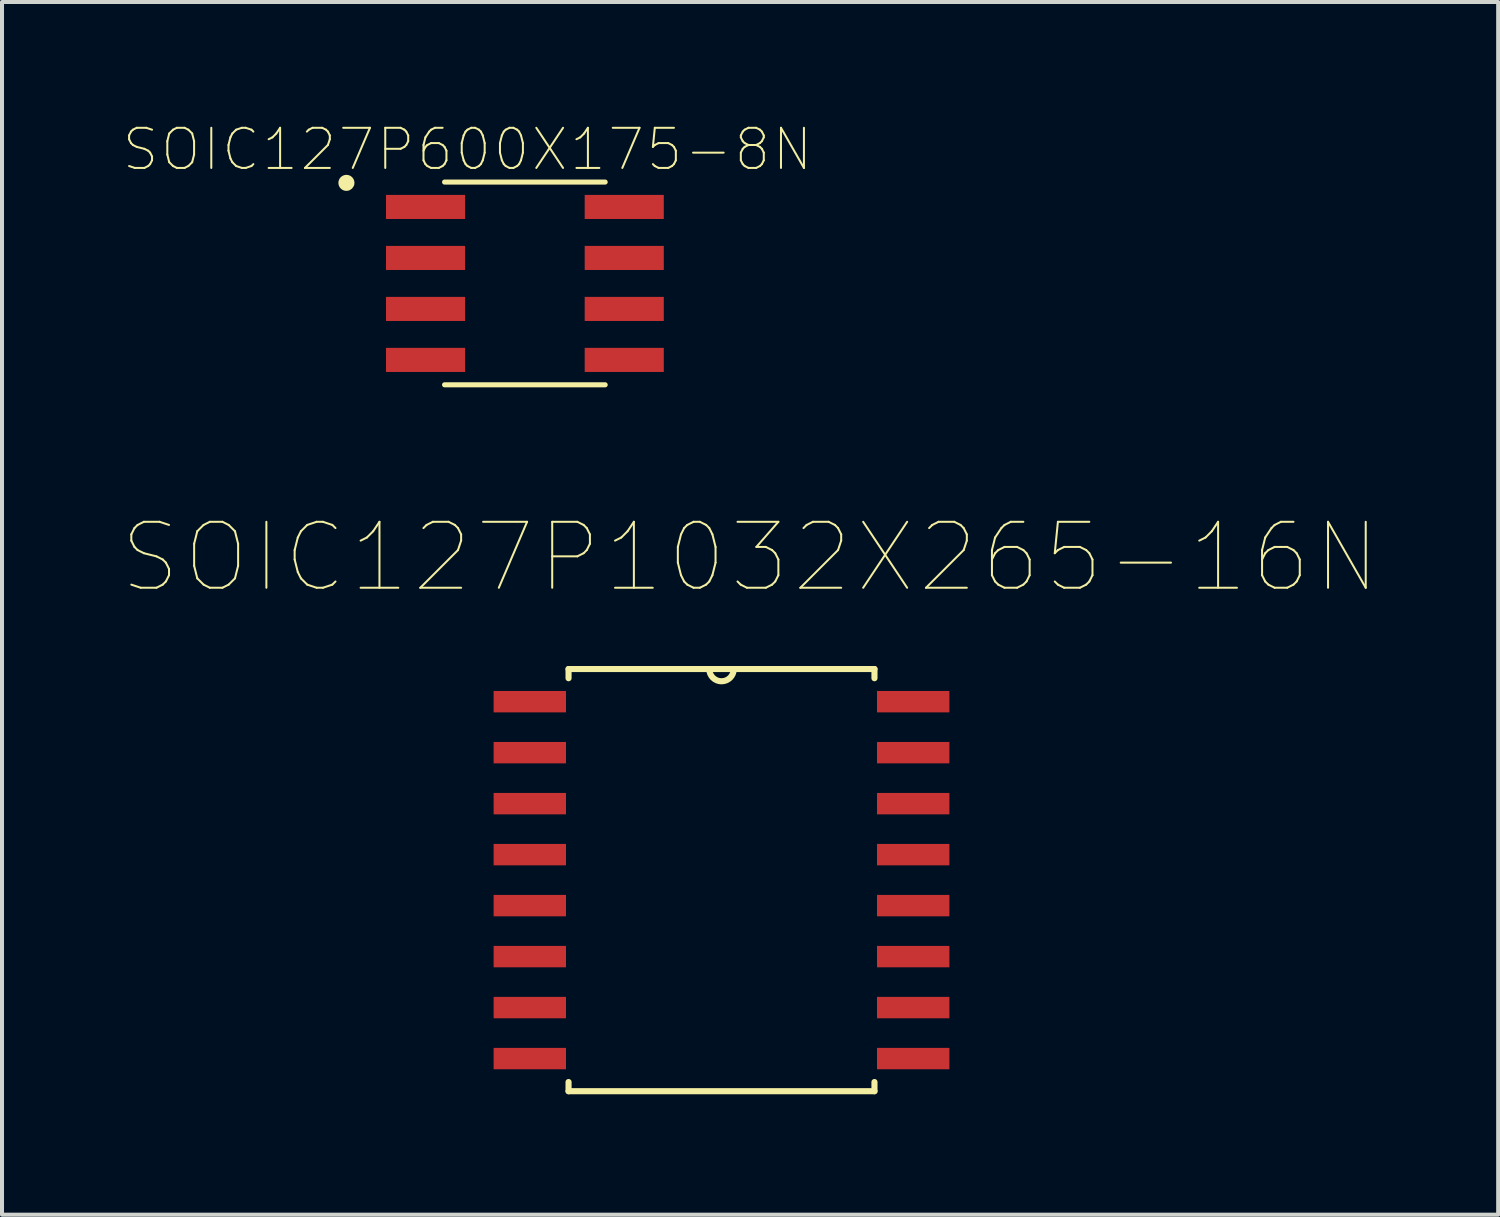
<source format=kicad_pcb>
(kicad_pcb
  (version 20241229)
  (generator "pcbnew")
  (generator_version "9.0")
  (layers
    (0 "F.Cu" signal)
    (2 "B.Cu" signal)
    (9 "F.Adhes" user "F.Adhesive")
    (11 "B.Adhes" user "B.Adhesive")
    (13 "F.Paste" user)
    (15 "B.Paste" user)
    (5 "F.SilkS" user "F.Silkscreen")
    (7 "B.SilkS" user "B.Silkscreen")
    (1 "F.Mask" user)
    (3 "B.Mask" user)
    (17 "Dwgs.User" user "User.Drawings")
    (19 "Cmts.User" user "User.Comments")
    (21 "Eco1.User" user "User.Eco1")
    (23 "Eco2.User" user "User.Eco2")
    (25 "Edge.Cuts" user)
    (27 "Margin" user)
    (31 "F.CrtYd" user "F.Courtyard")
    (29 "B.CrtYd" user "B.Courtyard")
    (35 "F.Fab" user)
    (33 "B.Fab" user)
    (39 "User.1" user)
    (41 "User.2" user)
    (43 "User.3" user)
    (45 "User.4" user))
  (footprint "SOIC127P1032X265-16N"
    (layer "F.Cu")
    (at 14.922 18.873)
    (property "Reference" "SOIC127P1032X265-16N" (at 0.712 -8.04 0) (layer "F.SilkS") (effects (font (size 1.643 1.643) (thickness 0.05))))
    (attr smd)
    (fp_line (start -3.81 -5.258) (end -3.81 -5.029) (stroke (width 0.152) (type solid)) (layer "F.SilkS"))
    (fp_line (start -3.81 5.029) (end -3.81 5.258) (stroke (width 0.152) (type solid)) (layer "F.SilkS"))
    (fp_line (start -3.81 5.258) (end 3.81 5.258) (stroke (width 0.152) (type solid)) (layer "F.SilkS"))
    (fp_line (start -0.305 -5.258) (end -3.81 -5.258) (stroke (width 0.152) (type solid)) (layer "F.SilkS"))
    (fp_line (start 0.305 -5.258) (end -0.305 -5.258) (stroke (width 0.152) (type solid)) (layer "F.SilkS"))
    (fp_line (start 3.81 -5.258) (end 0.305 -5.258) (stroke (width 0.152) (type solid)) (layer "F.SilkS"))
    (fp_line (start 3.81 -5.029) (end 3.81 -5.258) (stroke (width 0.152) (type solid)) (layer "F.SilkS"))
    (fp_line (start 3.81 5.258) (end 3.81 5.029) (stroke (width 0.152) (type solid)) (layer "F.SilkS"))
    (fp_arc (start 0.3048 -5.2578) (mid 0 -4.953) (end -0.3048 -5.2578) (stroke (width 0.1524) (type solid)) (layer "F.SilkS"))
    (fp_line (start -5.334 -4.699) (end -5.334 -4.191) (stroke (width 0.1) (type solid)) (layer "Eco2.User"))
    (fp_line (start -5.334 -4.191) (end -3.81 -4.191) (stroke (width 0.1) (type solid)) (layer "Eco2.User"))
    (fp_line (start -5.334 -3.429) (end -5.334 -2.921) (stroke (width 0.1) (type solid)) (layer "Eco2.User"))
    (fp_line (start -5.334 -2.921) (end -3.81 -2.921) (stroke (width 0.1) (type solid)) (layer "Eco2.User"))
    (fp_line (start -5.334 -2.159) (end -5.334 -1.651) (stroke (width 0.1) (type solid)) (layer "Eco2.User"))
    (fp_line (start -5.334 -1.651) (end -3.81 -1.651) (stroke (width 0.1) (type solid)) (layer "Eco2.User"))
    (fp_line (start -5.334 -0.889) (end -5.334 -0.381) (stroke (width 0.1) (type solid)) (layer "Eco2.User"))
    (fp_line (start -5.334 -0.381) (end -3.81 -0.381) (stroke (width 0.1) (type solid)) (layer "Eco2.User"))
    (fp_line (start -5.334 0.381) (end -5.334 0.889) (stroke (width 0.1) (type solid)) (layer "Eco2.User"))
    (fp_line (start -5.334 0.889) (end -3.81 0.889) (stroke (width 0.1) (type solid)) (layer "Eco2.User"))
    (fp_line (start -5.334 1.651) (end -5.334 2.159) (stroke (width 0.1) (type solid)) (layer "Eco2.User"))
    (fp_line (start -5.334 2.159) (end -3.81 2.159) (stroke (width 0.1) (type solid)) (layer "Eco2.User"))
    (fp_line (start -5.334 2.921) (end -5.334 3.429) (stroke (width 0.1) (type solid)) (layer "Eco2.User"))
    (fp_line (start -5.334 3.429) (end -3.81 3.429) (stroke (width 0.1) (type solid)) (layer "Eco2.User"))
    (fp_line (start -5.334 4.191) (end -5.334 4.699) (stroke (width 0.1) (type solid)) (layer "Eco2.User"))
    (fp_line (start -5.334 4.699) (end -3.81 4.699) (stroke (width 0.1) (type solid)) (layer "Eco2.User"))
    (fp_line (start -3.81 -5.258) (end -3.81 5.258) (stroke (width 0.1) (type solid)) (layer "Eco2.User"))
    (fp_line (start -3.81 -4.699) (end -5.334 -4.699) (stroke (width 0.1) (type solid)) (layer "Eco2.User"))
    (fp_line (start -3.81 -4.191) (end -3.81 -4.699) (stroke (width 0.1) (type solid)) (layer "Eco2.User"))
    (fp_line (start -3.81 -3.429) (end -5.334 -3.429) (stroke (width 0.1) (type solid)) (layer "Eco2.User"))
    (fp_line (start -3.81 -2.921) (end -3.81 -3.429) (stroke (width 0.1) (type solid)) (layer "Eco2.User"))
    (fp_line (start -3.81 -2.159) (end -5.334 -2.159) (stroke (width 0.1) (type solid)) (layer "Eco2.User"))
    (fp_line (start -3.81 -1.651) (end -3.81 -2.159) (stroke (width 0.1) (type solid)) (layer "Eco2.User"))
    (fp_line (start -3.81 -0.889) (end -5.334 -0.889) (stroke (width 0.1) (type solid)) (layer "Eco2.User"))
    (fp_line (start -3.81 -0.381) (end -3.81 -0.889) (stroke (width 0.1) (type solid)) (layer "Eco2.User"))
    (fp_line (start -3.81 0.381) (end -5.334 0.381) (stroke (width 0.1) (type solid)) (layer "Eco2.User"))
    (fp_line (start -3.81 0.889) (end -3.81 0.381) (stroke (width 0.1) (type solid)) (layer "Eco2.User"))
    (fp_line (start -3.81 1.651) (end -5.334 1.651) (stroke (width 0.1) (type solid)) (layer "Eco2.User"))
    (fp_line (start -3.81 2.159) (end -3.81 1.651) (stroke (width 0.1) (type solid)) (layer "Eco2.User"))
    (fp_line (start -3.81 2.921) (end -5.334 2.921) (stroke (width 0.1) (type solid)) (layer "Eco2.User"))
    (fp_line (start -3.81 3.429) (end -3.81 2.921) (stroke (width 0.1) (type solid)) (layer "Eco2.User"))
    (fp_line (start -3.81 4.191) (end -5.334 4.191) (stroke (width 0.1) (type solid)) (layer "Eco2.User"))
    (fp_line (start -3.81 4.699) (end -3.81 4.191) (stroke (width 0.1) (type solid)) (layer "Eco2.User"))
    (fp_line (start -3.81 5.258) (end 3.81 5.258) (stroke (width 0.1) (type solid)) (layer "Eco2.User"))
    (fp_line (start -0.305 -5.258) (end -3.81 -5.258) (stroke (width 0.1) (type solid)) (layer "Eco2.User"))
    (fp_line (start 0.305 -5.258) (end -0.305 -5.258) (stroke (width 0.1) (type solid)) (layer "Eco2.User"))
    (fp_line (start 3.81 -5.258) (end 0.305 -5.258) (stroke (width 0.1) (type solid)) (layer "Eco2.User"))
    (fp_line (start 3.81 -4.699) (end 3.81 -4.191) (stroke (width 0.1) (type solid)) (layer "Eco2.User"))
    (fp_line (start 3.81 -4.191) (end 5.334 -4.191) (stroke (width 0.1) (type solid)) (layer "Eco2.User"))
    (fp_line (start 3.81 -3.429) (end 3.81 -2.921) (stroke (width 0.1) (type solid)) (layer "Eco2.User"))
    (fp_line (start 3.81 -2.921) (end 5.334 -2.921) (stroke (width 0.1) (type solid)) (layer "Eco2.User"))
    (fp_line (start 3.81 -2.159) (end 3.81 -1.651) (stroke (width 0.1) (type solid)) (layer "Eco2.User"))
    (fp_line (start 3.81 -1.651) (end 5.334 -1.651) (stroke (width 0.1) (type solid)) (layer "Eco2.User"))
    (fp_line (start 3.81 -0.889) (end 3.81 -0.381) (stroke (width 0.1) (type solid)) (layer "Eco2.User"))
    (fp_line (start 3.81 -0.381) (end 5.334 -0.381) (stroke (width 0.1) (type solid)) (layer "Eco2.User"))
    (fp_line (start 3.81 0.381) (end 3.81 0.889) (stroke (width 0.1) (type solid)) (layer "Eco2.User"))
    (fp_line (start 3.81 0.889) (end 5.334 0.889) (stroke (width 0.1) (type solid)) (layer "Eco2.User"))
    (fp_line (start 3.81 1.651) (end 3.81 2.159) (stroke (width 0.1) (type solid)) (layer "Eco2.User"))
    (fp_line (start 3.81 2.159) (end 5.334 2.159) (stroke (width 0.1) (type solid)) (layer "Eco2.User"))
    (fp_line (start 3.81 2.921) (end 3.81 3.429) (stroke (width 0.1) (type solid)) (layer "Eco2.User"))
    (fp_line (start 3.81 3.429) (end 5.334 3.429) (stroke (width 0.1) (type solid)) (layer "Eco2.User"))
    (fp_line (start 3.81 4.191) (end 3.81 4.699) (stroke (width 0.1) (type solid)) (layer "Eco2.User"))
    (fp_line (start 3.81 4.699) (end 5.334 4.699) (stroke (width 0.1) (type solid)) (layer "Eco2.User"))
    (fp_line (start 3.81 5.258) (end 3.81 -5.258) (stroke (width 0.1) (type solid)) (layer "Eco2.User"))
    (fp_line (start 5.334 -4.699) (end 3.81 -4.699) (stroke (width 0.1) (type solid)) (layer "Eco2.User"))
    (fp_line (start 5.334 -4.191) (end 5.334 -4.699) (stroke (width 0.1) (type solid)) (layer "Eco2.User"))
    (fp_line (start 5.334 -3.429) (end 3.81 -3.429) (stroke (width 0.1) (type solid)) (layer "Eco2.User"))
    (fp_line (start 5.334 -2.921) (end 5.334 -3.429) (stroke (width 0.1) (type solid)) (layer "Eco2.User"))
    (fp_line (start 5.334 -2.159) (end 3.81 -2.159) (stroke (width 0.1) (type solid)) (layer "Eco2.User"))
    (fp_line (start 5.334 -1.651) (end 5.334 -2.159) (stroke (width 0.1) (type solid)) (layer "Eco2.User"))
    (fp_line (start 5.334 -0.889) (end 3.81 -0.889) (stroke (width 0.1) (type solid)) (layer "Eco2.User"))
    (fp_line (start 5.334 -0.381) (end 5.334 -0.889) (stroke (width 0.1) (type solid)) (layer "Eco2.User"))
    (fp_line (start 5.334 0.381) (end 3.81 0.381) (stroke (width 0.1) (type solid)) (layer "Eco2.User"))
    (fp_line (start 5.334 0.889) (end 5.334 0.381) (stroke (width 0.1) (type solid)) (layer "Eco2.User"))
    (fp_line (start 5.334 1.651) (end 3.81 1.651) (stroke (width 0.1) (type solid)) (layer "Eco2.User"))
    (fp_line (start 5.334 2.159) (end 5.334 1.651) (stroke (width 0.1) (type solid)) (layer "Eco2.User"))
    (fp_line (start 5.334 2.921) (end 3.81 2.921) (stroke (width 0.1) (type solid)) (layer "Eco2.User"))
    (fp_line (start 5.334 3.429) (end 5.334 2.921) (stroke (width 0.1) (type solid)) (layer "Eco2.User"))
    (fp_line (start 5.334 4.191) (end 3.81 4.191) (stroke (width 0.1) (type solid)) (layer "Eco2.User"))
    (fp_line (start 5.334 4.699) (end 5.334 4.191) (stroke (width 0.1) (type solid)) (layer "Eco2.User"))
    (fp_arc (start 0.3048 -5.2578) (mid 0 -4.953) (end -0.3048 -5.2578) (stroke (width 0.1) (type solid)) (layer "Eco2.User"))
    (pad "1" smd rect (at -4.775 -4.445) (size 1.803 0.533) (layers "F.Cu" "F.Mask" "F.Paste"))
    (pad "2" smd rect (at -4.775 -3.175) (size 1.803 0.533) (layers "F.Cu" "F.Mask" "F.Paste"))
    (pad "3" smd rect (at -4.775 -1.905) (size 1.803 0.533) (layers "F.Cu" "F.Mask" "F.Paste"))
    (pad "4" smd rect (at -4.775 -0.635) (size 1.803 0.533) (layers "F.Cu" "F.Mask" "F.Paste"))
    (pad "5" smd rect (at -4.775 0.635) (size 1.803 0.533) (layers "F.Cu" "F.Mask" "F.Paste"))
    (pad "6" smd rect (at -4.775 1.905) (size 1.803 0.533) (layers "F.Cu" "F.Mask" "F.Paste"))
    (pad "7" smd rect (at -4.775 3.175) (size 1.803 0.533) (layers "F.Cu" "F.Mask" "F.Paste"))
    (pad "8" smd rect (at -4.775 4.445) (size 1.803 0.533) (layers "F.Cu" "F.Mask" "F.Paste"))
    (pad "9" smd rect (at 4.775 4.445) (size 1.803 0.533) (layers "F.Cu" "F.Mask" "F.Paste"))
    (pad "10" smd rect (at 4.775 3.175) (size 1.803 0.533) (layers "F.Cu" "F.Mask" "F.Paste"))
    (pad "11" smd rect (at 4.775 1.905) (size 1.803 0.533) (layers "F.Cu" "F.Mask" "F.Paste"))
    (pad "12" smd rect (at 4.775 0.635) (size 1.803 0.533) (layers "F.Cu" "F.Mask" "F.Paste"))
    (pad "13" smd rect (at 4.775 -0.635) (size 1.803 0.533) (layers "F.Cu" "F.Mask" "F.Paste"))
    (pad "14" smd rect (at 4.775 -1.905) (size 1.803 0.533) (layers "F.Cu" "F.Mask" "F.Paste"))
    (pad "15" smd rect (at 4.775 -3.175) (size 1.803 0.533) (layers "F.Cu" "F.Mask" "F.Paste"))
    (pad "16" smd rect (at 4.775 -4.445) (size 1.803 0.533) (layers "F.Cu" "F.Mask" "F.Paste")))
  (footprint "SOIC127P600X175-8N"
    (layer "F.Cu")
    (at 10.024 4.01)
    (property "Reference" "SOIC127P600X175-8N" (at -1.43 -3.337 0) (layer "F.SilkS") (effects (font (size 1 1) (thickness 0.05))))
    (attr smd)
    (fp_line (start -2 -2.525) (end 2 -2.525) (stroke (width 0.127) (type solid)) (layer "F.SilkS"))
    (fp_line (start -2 2.525) (end 2 2.525) (stroke (width 0.127) (type solid)) (layer "F.SilkS"))
    (fp_circle (center -4.445 -2.505) (end -4.345 -2.505) (stroke (width 0.2) (type solid)) (fill no) (layer "F.SilkS"))
    (fp_line (start -3.71 -2.75) (end -3.71 2.75) (stroke (width 0.05) (type solid)) (layer "Eco1.User"))
    (fp_line (start -3.71 -2.75) (end 3.71 -2.75) (stroke (width 0.05) (type solid)) (layer "Eco1.User"))
    (fp_line (start -3.71 2.75) (end 3.71 2.75) (stroke (width 0.05) (type solid)) (layer "Eco1.User"))
    (fp_line (start 3.71 -2.75) (end 3.71 2.75) (stroke (width 0.05) (type solid)) (layer "Eco1.User"))
    (fp_line (start -2 -2.5) (end -2 2.5) (stroke (width 0.127) (type solid)) (layer "Eco2.User"))
    (fp_line (start -2 -2.5) (end 2 -2.5) (stroke (width 0.127) (type solid)) (layer "Eco2.User"))
    (fp_line (start -2 2.5) (end 2 2.5) (stroke (width 0.127) (type solid)) (layer "Eco2.User"))
    (fp_line (start 2 -2.5) (end 2 2.5) (stroke (width 0.127) (type solid)) (layer "Eco2.User"))
    (fp_circle (center -4.445 -2.505) (end -4.345 -2.505) (stroke (width 0.2) (type solid)) (fill no) (layer "Eco2.User"))
    (pad "1" smd rect (at -2.475 -1.905) (size 1.97 0.6) (layers "F.Cu" "F.Mask" "F.Paste"))
    (pad "2" smd rect (at -2.475 -0.635) (size 1.97 0.6) (layers "F.Cu" "F.Mask" "F.Paste"))
    (pad "3" smd rect (at -2.475 0.635) (size 1.97 0.6) (layers "F.Cu" "F.Mask" "F.Paste"))
    (pad "4" smd rect (at -2.475 1.905) (size 1.97 0.6) (layers "F.Cu" "F.Mask" "F.Paste"))
    (pad "5" smd rect (at 2.475 1.905) (size 1.97 0.6) (layers "F.Cu" "F.Mask" "F.Paste"))
    (pad "6" smd rect (at 2.475 0.635) (size 1.97 0.6) (layers "F.Cu" "F.Mask" "F.Paste"))
    (pad "7" smd rect (at 2.475 -0.635) (size 1.97 0.6) (layers "F.Cu" "F.Mask" "F.Paste"))
    (pad "8" smd rect (at 2.475 -1.905) (size 1.97 0.6) (layers "F.Cu" "F.Mask" "F.Paste")))
  (gr_rect
    (start -3 -3)
    (end 34.268 27.207)
    (stroke (width 0.1) (type default))
    (fill no)
    (layer "Edge.Cuts")))
</source>
